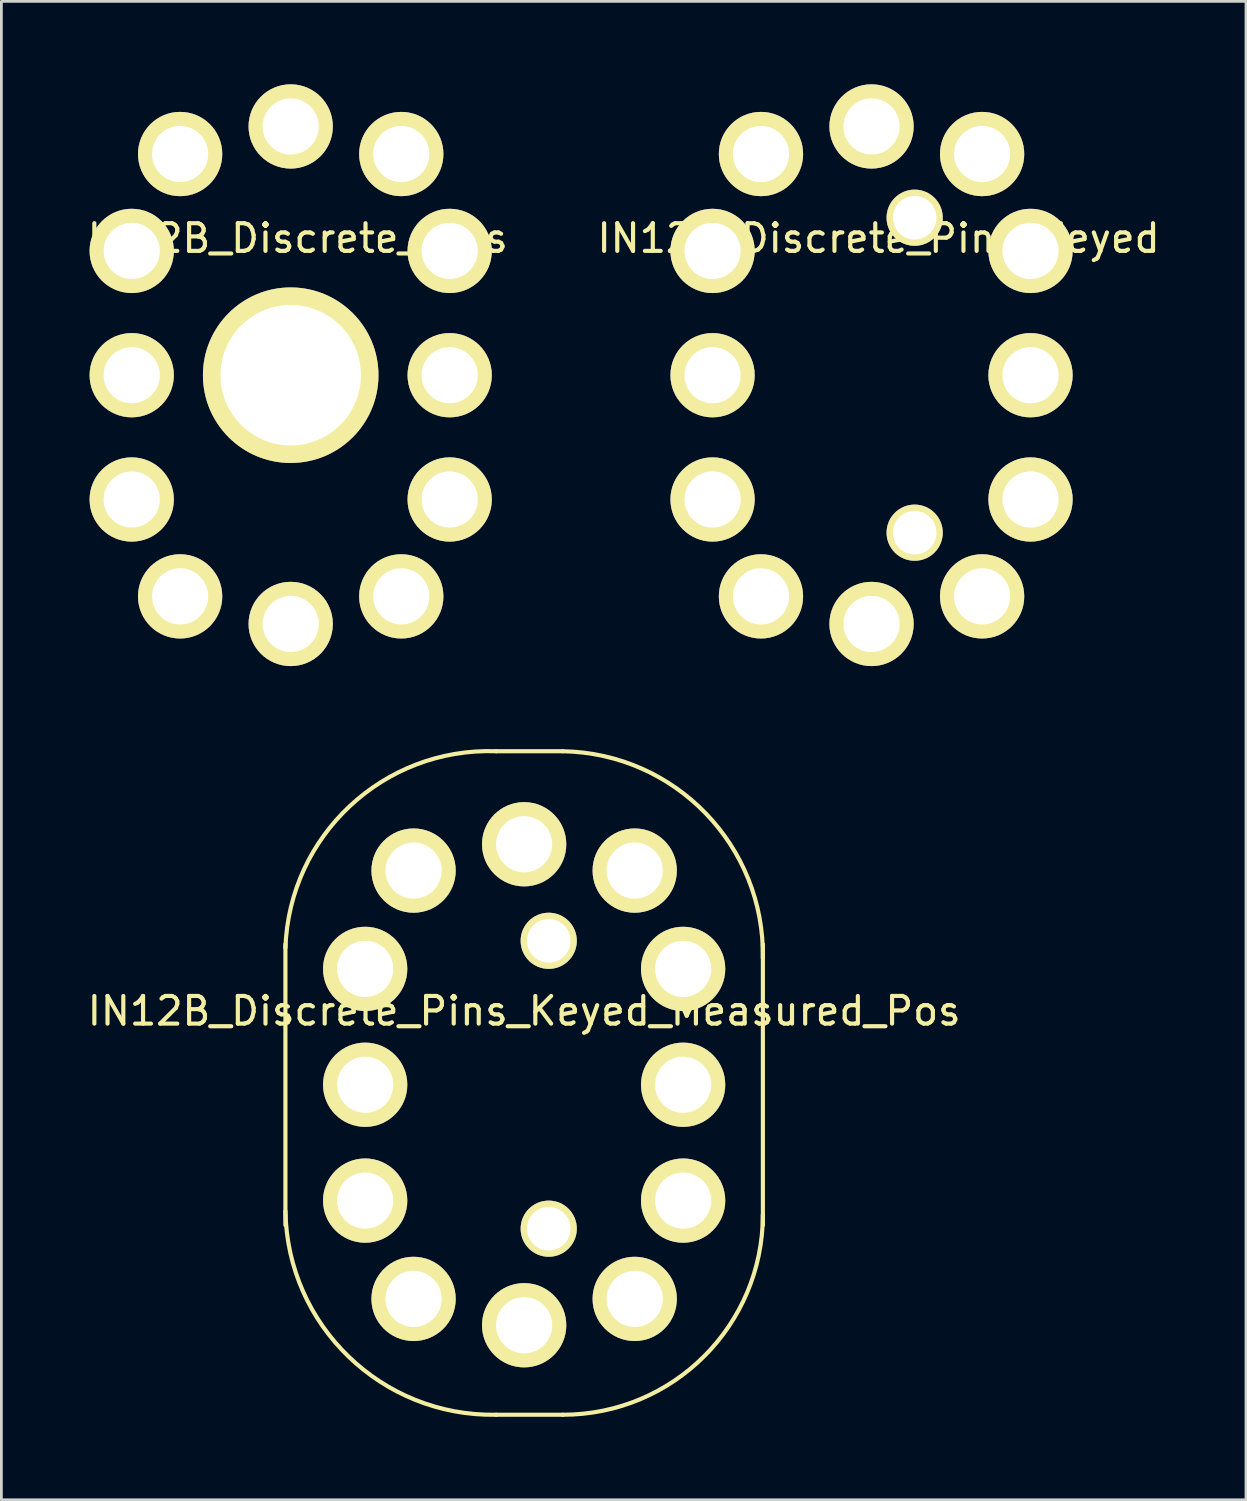
<source format=kicad_pcb>
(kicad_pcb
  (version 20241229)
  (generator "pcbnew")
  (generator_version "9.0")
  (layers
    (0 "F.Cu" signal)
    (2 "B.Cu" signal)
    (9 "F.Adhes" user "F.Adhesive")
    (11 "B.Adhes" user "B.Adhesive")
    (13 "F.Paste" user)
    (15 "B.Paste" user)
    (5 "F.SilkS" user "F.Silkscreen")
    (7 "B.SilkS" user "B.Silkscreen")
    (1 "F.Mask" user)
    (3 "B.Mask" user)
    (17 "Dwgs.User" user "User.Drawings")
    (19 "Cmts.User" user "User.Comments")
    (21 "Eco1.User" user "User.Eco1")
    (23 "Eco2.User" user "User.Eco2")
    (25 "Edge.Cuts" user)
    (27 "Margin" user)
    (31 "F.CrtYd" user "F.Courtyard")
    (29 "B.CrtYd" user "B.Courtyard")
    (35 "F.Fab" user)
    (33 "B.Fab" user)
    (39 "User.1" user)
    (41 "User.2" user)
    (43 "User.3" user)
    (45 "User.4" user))
  (footprint "IN12B_Discrete_Pins_Keyed"
    (layer "F.Cu")
    (at 28.478 10.523)
    (property "Reference" "IN12B_Discrete_Pins_Keyed" (at 0.254 -4.953 0) (layer "F.SilkS") (effects (font (size 1 1) (thickness 0.15))))
    (attr through_hole)
    (pad "1" thru_hole circle (at -4 -8.001) (size 3.048 3.048) (drill 2.032) (layers "*.Cu" "*.Mask" "F.SilkS"))
    (pad "2" thru_hole circle (at -5.751 -4.496) (size 3.048 3.048) (drill 2.032) (layers "*.Cu" "*.Mask" "F.SilkS"))
    (pad "3" thru_hole circle (at -5.751 0) (size 3.048 3.048) (drill 2.032) (layers "*.Cu" "*.Mask" "F.SilkS"))
    (pad "4" thru_hole circle (at -5.751 4.496) (size 3.048 3.048) (drill 2.032) (layers "*.Cu" "*.Mask" "F.SilkS"))
    (pad "5" thru_hole circle (at -4 8.001) (size 3.048 3.048) (drill 2.032) (layers "*.Cu" "*.Mask" "F.SilkS"))
    (pad "6" thru_hole circle (at 0 8.999) (size 3.048 3.048) (drill 2.032) (layers "*.Cu" "*.Mask" "F.SilkS"))
    (pad "7" thru_hole circle (at 4 8.001) (size 3.048 3.048) (drill 2.032) (layers "*.Cu" "*.Mask" "F.SilkS"))
    (pad "8" thru_hole circle (at 5.751 4.496) (size 3.048 3.048) (drill 2.032) (layers "*.Cu" "*.Mask" "F.SilkS"))
    (pad "9" thru_hole circle (at 5.751 0) (size 3.048 3.048) (drill 2.032) (layers "*.Cu" "*.Mask" "F.SilkS"))
    (pad "10" thru_hole circle (at 5.751 -4.496) (size 3.048 3.048) (drill 2.032) (layers "*.Cu" "*.Mask" "F.SilkS"))
    (pad "11" thru_hole circle (at 4 -8.001) (size 3.048 3.048) (drill 2.032) (layers "*.Cu" "*.Mask" "F.SilkS"))
    (pad "12" thru_hole circle (at 0 -8.999) (size 3.048 3.048) (drill 2.032) (layers "*.Cu" "*.Mask" "F.SilkS"))
    (pad "13" thru_hole circle (at 1.56 -5.697) (size 2.032 2.032) (drill 1.575) (layers "*.Cu" "*.Mask" "F.SilkS"))
    (pad "13" thru_hole circle (at 1.56 5.697) (size 2.032 2.032) (drill 1.575) (layers "*.Cu" "*.Mask" "F.SilkS")))
  (footprint "IN12B_Discrete_Pins_Keyed_Measured_Pos"
    (layer "F.Cu")
    (at 15.911 36.191)
    (property "Reference" "IN12B_Discrete_Pins_Keyed_Measured_Pos" (at 0 -2.667 0) (layer "F.SilkS") (effects (font (size 1 1) (thickness 0.15))))
    (attr through_hole)
    (fp_line (start -8.636 5.08) (end -8.636 -5.08) (stroke (width 0.15) (type solid)) (layer "F.SilkS"))
    (fp_line (start -1.016 -12.065) (end 1.397 -12.065) (stroke (width 0.15) (type solid)) (layer "F.SilkS"))
    (fp_line (start -1.016 11.938) (end 1.397 11.938) (stroke (width 0.15) (type solid)) (layer "F.SilkS"))
    (fp_line (start 8.636 5.08) (end 8.636 -5.08) (stroke (width 0.15) (type solid)) (layer "F.SilkS"))
    (fp_arc (start -8.636 -4.953) (mid -6.298943 -10.087154) (end -1.016 -12.065) (stroke (width 0.15) (type solid)) (layer "F.SilkS"))
    (fp_arc (start -1.016 11.938) (mid -6.351549 9.833154) (end -8.636 4.572) (stroke (width 0.15) (type solid)) (layer "F.SilkS"))
    (fp_arc (start 1.397 -12.065) (mid 6.568351 -9.817746) (end 8.636 -4.572) (stroke (width 0.15) (type solid)) (layer "F.SilkS"))
    (fp_arc (start 8.636 4.699) (mid 6.515746 9.817746) (end 1.397 11.938) (stroke (width 0.15) (type solid)) (layer "F.SilkS"))
    (pad "1" thru_hole circle (at -4 -7.747) (size 3.048 3.048) (drill 2.032) (layers "*.Cu" "*.Mask" "F.SilkS"))
    (pad "2" thru_hole circle (at -5.751 -4.191) (size 3.048 3.048) (drill 2.032) (layers "*.Cu" "*.Mask" "F.SilkS"))
    (pad "3" thru_hole circle (at -5.751 0) (size 3.048 3.048) (drill 2.032) (layers "*.Cu" "*.Mask" "F.SilkS"))
    (pad "4" thru_hole circle (at -5.751 4.191) (size 3.048 3.048) (drill 2.032) (layers "*.Cu" "*.Mask" "F.SilkS"))
    (pad "5" thru_hole circle (at -4 7.747) (size 3.048 3.048) (drill 2.032) (layers "*.Cu" "*.Mask" "F.SilkS"))
    (pad "6" thru_hole circle (at 0 8.7) (size 3.048 3.048) (drill 2.032) (layers "*.Cu" "*.Mask" "F.SilkS"))
    (pad "7" thru_hole circle (at 4 7.747) (size 3.048 3.048) (drill 2.032) (layers "*.Cu" "*.Mask" "F.SilkS"))
    (pad "8" thru_hole circle (at 5.751 4.191) (size 3.048 3.048) (drill 2.032) (layers "*.Cu" "*.Mask" "F.SilkS"))
    (pad "9" thru_hole circle (at 5.751 0) (size 3.048 3.048) (drill 2.032) (layers "*.Cu" "*.Mask" "F.SilkS"))
    (pad "10" thru_hole circle (at 5.751 -4.191) (size 3.048 3.048) (drill 2.032) (layers "*.Cu" "*.Mask" "F.SilkS"))
    (pad "11" thru_hole circle (at 4 -7.747) (size 3.048 3.048) (drill 2.032) (layers "*.Cu" "*.Mask" "F.SilkS"))
    (pad "12" thru_hole circle (at 0 -8.7) (size 3.048 3.048) (drill 2.032) (layers "*.Cu" "*.Mask" "F.SilkS"))
    (pad "13" thru_hole circle (at 0.889 -5.207) (size 2.032 2.032) (drill 1.575) (layers "*.Cu" "*.Mask" "F.SilkS"))
    (pad "13" thru_hole circle (at 0.889 5.207) (size 2.032 2.032) (drill 1.575) (layers "*.Cu" "*.Mask" "F.SilkS")))
  (footprint "IN12B_Discrete_Pins"
    (layer "F.Cu")
    (at 7.466 10.523)
    (property "Reference" "IN12B_Discrete_Pins" (at 0.254 -4.953 0) (layer "F.SilkS") (effects (font (size 1 1) (thickness 0.15))))
    (attr through_hole)
    (pad "" thru_hole circle (at 0 0) (size 6.35 6.35) (drill 5.08) (layers "*.Cu" "*.Mask" "F.SilkS"))
    (pad "1" thru_hole circle (at -4 -8.001) (size 3.048 3.048) (drill 2.032) (layers "*.Cu" "*.Mask" "F.SilkS"))
    (pad "2" thru_hole circle (at -5.751 -4.496) (size 3.048 3.048) (drill 2.032) (layers "*.Cu" "*.Mask" "F.SilkS"))
    (pad "3" thru_hole circle (at -5.751 0) (size 3.048 3.048) (drill 2.032) (layers "*.Cu" "*.Mask" "F.SilkS"))
    (pad "4" thru_hole circle (at -5.751 4.496) (size 3.048 3.048) (drill 2.032) (layers "*.Cu" "*.Mask" "F.SilkS"))
    (pad "5" thru_hole circle (at -4 8.001) (size 3.048 3.048) (drill 2.032) (layers "*.Cu" "*.Mask" "F.SilkS"))
    (pad "6" thru_hole circle (at 0 8.999) (size 3.048 3.048) (drill 2.032) (layers "*.Cu" "*.Mask" "F.SilkS"))
    (pad "7" thru_hole circle (at 4 8.001) (size 3.048 3.048) (drill 2.032) (layers "*.Cu" "*.Mask" "F.SilkS"))
    (pad "8" thru_hole circle (at 5.751 4.496) (size 3.048 3.048) (drill 2.032) (layers "*.Cu" "*.Mask" "F.SilkS"))
    (pad "9" thru_hole circle (at 5.751 0) (size 3.048 3.048) (drill 2.032) (layers "*.Cu" "*.Mask" "F.SilkS"))
    (pad "10" thru_hole circle (at 5.751 -4.496) (size 3.048 3.048) (drill 2.032) (layers "*.Cu" "*.Mask" "F.SilkS"))
    (pad "11" thru_hole circle (at 4 -8.001) (size 3.048 3.048) (drill 2.032) (layers "*.Cu" "*.Mask" "F.SilkS"))
    (pad "12" thru_hole circle (at 0 -8.999) (size 3.048 3.048) (drill 2.032) (layers "*.Cu" "*.Mask" "F.SilkS")))
  (gr_rect
    (start -3 -3)
    (end 42.024 51.205)
    (stroke (width 0.1) (type default))
    (fill no)
    (layer "Edge.Cuts")))
</source>
